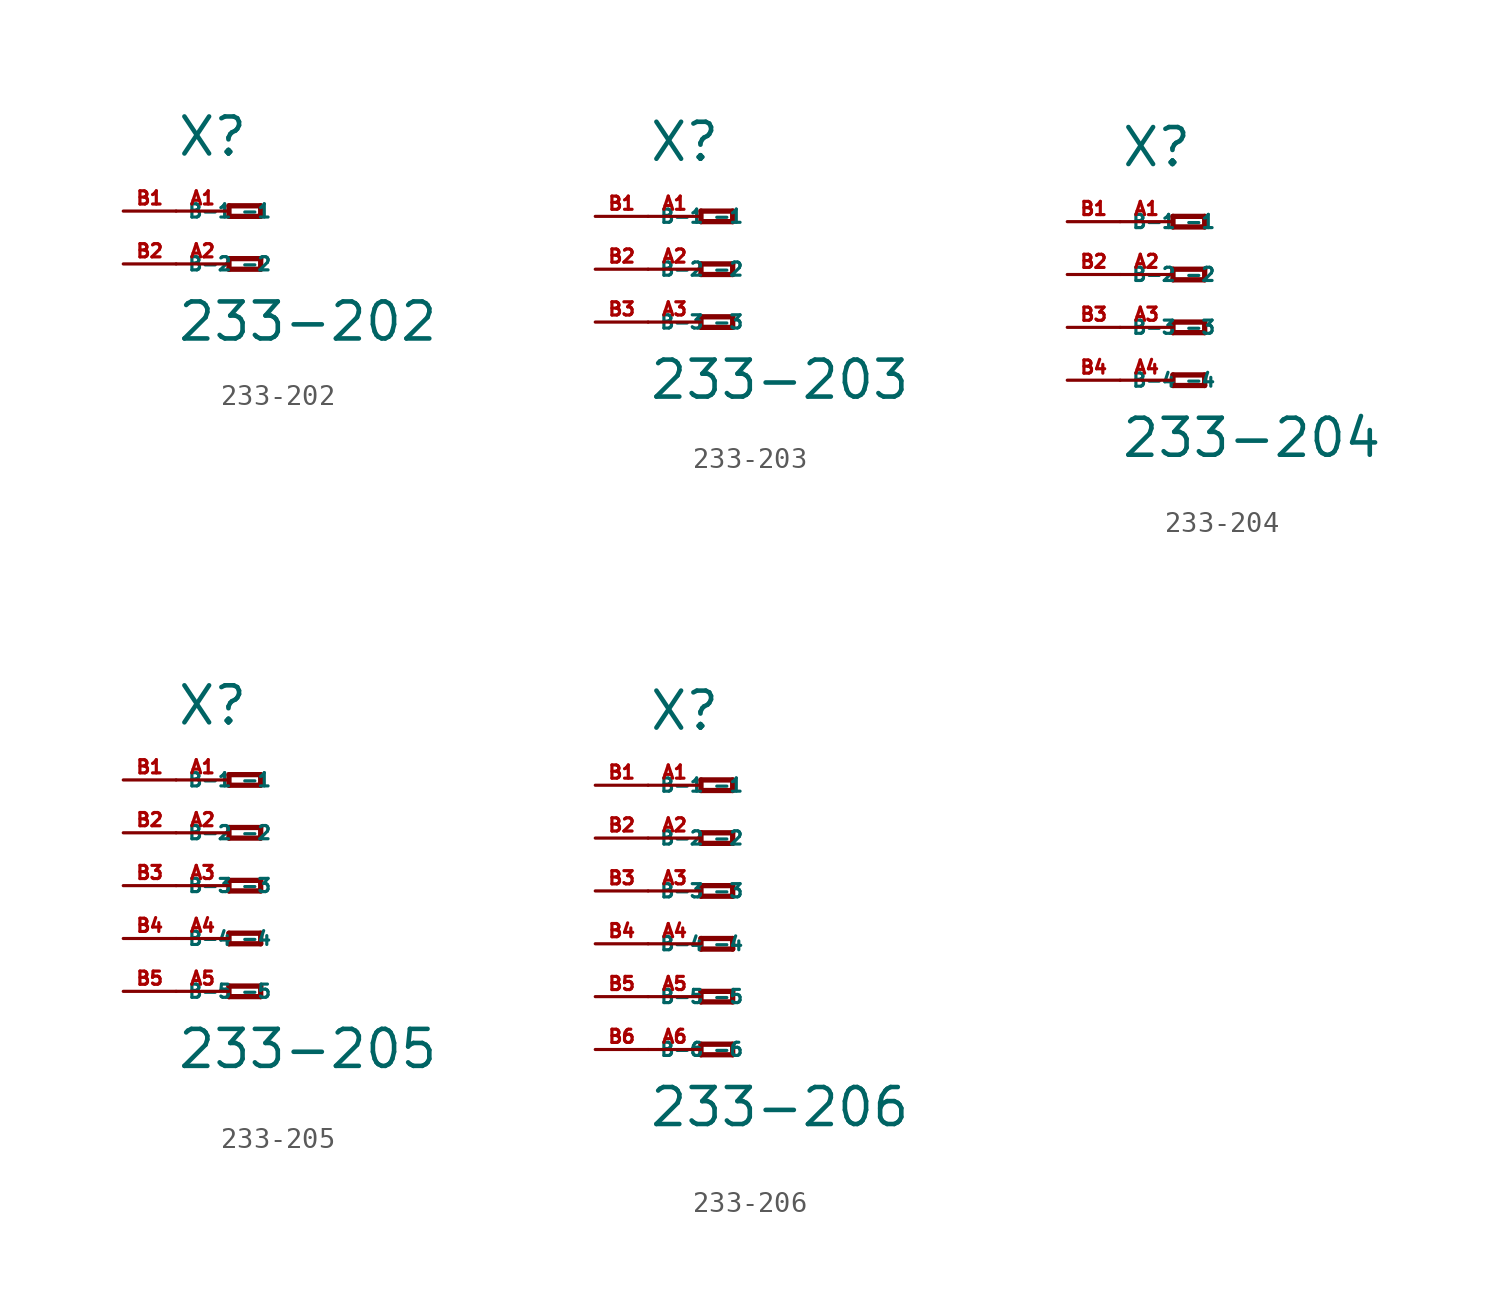
<source format=kicad_sym>
(kicad_symbol_lib
  (version 20220914)
  (generator Eagle2Kicad)
  (symbol "233-202"
    (property "Reference" "X"
      (at -5.08 2.54 0)
      (effects (font (size 1.778 1.778) (thickness 0.22)) (justify left bottom)))
    (property "Value" "233-202"
      (at -5.08 -6.35 0)
      (effects (font (size 1.778 1.778) (thickness 0.22)) (justify left bottom)))
    (polyline
      (pts (xy -2.54 0.254) (xy -2.54 -0.254))
      (stroke (width 0.254) (type default))
      (fill (type none)))
    (polyline
      (pts (xy -2.54 -0.254) (xy -1.016 -0.254))
      (stroke (width 0.254) (type default))
      (fill (type none)))
    (polyline
      (pts (xy -1.016 -0.254) (xy -1.016 0.254))
      (stroke (width 0.254) (type default))
      (fill (type none)))
    (polyline
      (pts (xy -1.016 0.254) (xy -2.54 0.254))
      (stroke (width 0.254) (type default))
      (fill (type none)))
    (polyline
      (pts (xy -2.54 -2.286) (xy -2.54 -2.794))
      (stroke (width 0.254) (type default))
      (fill (type none)))
    (polyline
      (pts (xy -2.54 -2.794) (xy -1.016 -2.794))
      (stroke (width 0.254) (type default))
      (fill (type none)))
    (polyline
      (pts (xy -1.016 -2.794) (xy -1.016 -2.286))
      (stroke (width 0.254) (type default))
      (fill (type none)))
    (polyline
      (pts (xy -1.016 -2.286) (xy -2.54 -2.286))
      (stroke (width 0.254) (type default))
      (fill (type none)))
    (pin passive line
      (at -5.08 0 0)
      (length 2.54)
      (name "-1" (effects (font (size 0.635 0.635) (thickness 0.08)) (justify left bottom)))
      (number "A1" (effects (font (size 0.635 0.635) (thickness 0.08)) (justify left bottom))))
    (pin passive line
      (at -5.08 -2.54 0)
      (length 2.54)
      (name "-2" (effects (font (size 0.635 0.635) (thickness 0.08)) (justify left bottom)))
      (number "A2" (effects (font (size 0.635 0.635) (thickness 0.08)) (justify left bottom))))
    (pin passive line
      (at -7.62 -2.54 0)
      (length 2.54)
      (name "B-2" (effects (font (size 0.635 0.635) (thickness 0.08)) (justify left bottom)))
      (number "B2" (effects (font (size 0.635 0.635) (thickness 0.08)) (justify left bottom))))
    (pin passive line
      (at -7.62 0 0)
      (length 2.54)
      (name "B-1" (effects (font (size 0.635 0.635) (thickness 0.08)) (justify left bottom)))
      (number "B1" (effects (font (size 0.635 0.635) (thickness 0.08)) (justify left bottom)))))
  (symbol "233-203"
    (property "Reference" "X"
      (at -5.08 5.08 0)
      (effects (font (size 1.778 1.778) (thickness 0.22)) (justify left bottom)))
    (property "Value" "233-203"
      (at -5.08 -6.35 0)
      (effects (font (size 1.778 1.778) (thickness 0.22)) (justify left bottom)))
    (polyline
      (pts (xy -2.54 2.794) (xy -2.54 2.286))
      (stroke (width 0.254) (type default))
      (fill (type none)))
    (polyline
      (pts (xy -2.54 2.286) (xy -1.016 2.286))
      (stroke (width 0.254) (type default))
      (fill (type none)))
    (polyline
      (pts (xy -1.016 2.286) (xy -1.016 2.794))
      (stroke (width 0.254) (type default))
      (fill (type none)))
    (polyline
      (pts (xy -1.016 2.794) (xy -2.54 2.794))
      (stroke (width 0.254) (type default))
      (fill (type none)))
    (polyline
      (pts (xy -2.54 0.254) (xy -2.54 -0.254))
      (stroke (width 0.254) (type default))
      (fill (type none)))
    (polyline
      (pts (xy -2.54 -0.254) (xy -1.016 -0.254))
      (stroke (width 0.254) (type default))
      (fill (type none)))
    (polyline
      (pts (xy -1.016 -0.254) (xy -1.016 0.254))
      (stroke (width 0.254) (type default))
      (fill (type none)))
    (polyline
      (pts (xy -1.016 0.254) (xy -2.54 0.254))
      (stroke (width 0.254) (type default))
      (fill (type none)))
    (polyline
      (pts (xy -2.54 -2.286) (xy -2.54 -2.794))
      (stroke (width 0.254) (type default))
      (fill (type none)))
    (polyline
      (pts (xy -2.54 -2.794) (xy -1.016 -2.794))
      (stroke (width 0.254) (type default))
      (fill (type none)))
    (polyline
      (pts (xy -1.016 -2.794) (xy -1.016 -2.286))
      (stroke (width 0.254) (type default))
      (fill (type none)))
    (polyline
      (pts (xy -1.016 -2.286) (xy -2.54 -2.286))
      (stroke (width 0.254) (type default))
      (fill (type none)))
    (pin passive line
      (at -5.08 2.54 0)
      (length 2.54)
      (name "-1" (effects (font (size 0.635 0.635) (thickness 0.08)) (justify left bottom)))
      (number "A1" (effects (font (size 0.635 0.635) (thickness 0.08)) (justify left bottom))))
    (pin passive line
      (at -5.08 0 0)
      (length 2.54)
      (name "-2" (effects (font (size 0.635 0.635) (thickness 0.08)) (justify left bottom)))
      (number "A2" (effects (font (size 0.635 0.635) (thickness 0.08)) (justify left bottom))))
    (pin passive line
      (at -5.08 -2.54 0)
      (length 2.54)
      (name "-3" (effects (font (size 0.635 0.635) (thickness 0.08)) (justify left bottom)))
      (number "A3" (effects (font (size 0.635 0.635) (thickness 0.08)) (justify left bottom))))
    (pin passive line
      (at -7.62 -2.54 0)
      (length 2.54)
      (name "B-3" (effects (font (size 0.635 0.635) (thickness 0.08)) (justify left bottom)))
      (number "B3" (effects (font (size 0.635 0.635) (thickness 0.08)) (justify left bottom))))
    (pin passive line
      (at -7.62 2.54 0)
      (length 2.54)
      (name "B-1" (effects (font (size 0.635 0.635) (thickness 0.08)) (justify left bottom)))
      (number "B1" (effects (font (size 0.635 0.635) (thickness 0.08)) (justify left bottom))))
    (pin passive line
      (at -7.62 0 0)
      (length 2.54)
      (name "B-2" (effects (font (size 0.635 0.635) (thickness 0.08)) (justify left bottom)))
      (number "B2" (effects (font (size 0.635 0.635) (thickness 0.08)) (justify left bottom)))))
  (symbol "233-204"
    (property "Reference" "X"
      (at -5.08 5.08 0)
      (effects (font (size 1.778 1.778) (thickness 0.22)) (justify left bottom)))
    (property "Value" "233-204"
      (at -5.08 -8.89 0)
      (effects (font (size 1.778 1.778) (thickness 0.22)) (justify left bottom)))
    (polyline
      (pts (xy -2.54 2.794) (xy -2.54 2.286))
      (stroke (width 0.254) (type default))
      (fill (type none)))
    (polyline
      (pts (xy -2.54 2.286) (xy -1.016 2.286))
      (stroke (width 0.254) (type default))
      (fill (type none)))
    (polyline
      (pts (xy -1.016 2.286) (xy -1.016 2.794))
      (stroke (width 0.254) (type default))
      (fill (type none)))
    (polyline
      (pts (xy -1.016 2.794) (xy -2.54 2.794))
      (stroke (width 0.254) (type default))
      (fill (type none)))
    (polyline
      (pts (xy -2.54 0.254) (xy -2.54 -0.254))
      (stroke (width 0.254) (type default))
      (fill (type none)))
    (polyline
      (pts (xy -2.54 -0.254) (xy -1.016 -0.254))
      (stroke (width 0.254) (type default))
      (fill (type none)))
    (polyline
      (pts (xy -1.016 -0.254) (xy -1.016 0.254))
      (stroke (width 0.254) (type default))
      (fill (type none)))
    (polyline
      (pts (xy -1.016 0.254) (xy -2.54 0.254))
      (stroke (width 0.254) (type default))
      (fill (type none)))
    (polyline
      (pts (xy -2.54 -2.286) (xy -2.54 -2.794))
      (stroke (width 0.254) (type default))
      (fill (type none)))
    (polyline
      (pts (xy -2.54 -2.794) (xy -1.016 -2.794))
      (stroke (width 0.254) (type default))
      (fill (type none)))
    (polyline
      (pts (xy -1.016 -2.794) (xy -1.016 -2.286))
      (stroke (width 0.254) (type default))
      (fill (type none)))
    (polyline
      (pts (xy -1.016 -2.286) (xy -2.54 -2.286))
      (stroke (width 0.254) (type default))
      (fill (type none)))
    (polyline
      (pts (xy -2.54 -4.826) (xy -2.54 -5.334))
      (stroke (width 0.254) (type default))
      (fill (type none)))
    (polyline
      (pts (xy -2.54 -5.334) (xy -1.016 -5.334))
      (stroke (width 0.254) (type default))
      (fill (type none)))
    (polyline
      (pts (xy -1.016 -5.334) (xy -1.016 -4.826))
      (stroke (width 0.254) (type default))
      (fill (type none)))
    (polyline
      (pts (xy -1.016 -4.826) (xy -2.54 -4.826))
      (stroke (width 0.254) (type default))
      (fill (type none)))
    (pin passive line
      (at -5.08 2.54 0)
      (length 2.54)
      (name "-1" (effects (font (size 0.635 0.635) (thickness 0.08)) (justify left bottom)))
      (number "A1" (effects (font (size 0.635 0.635) (thickness 0.08)) (justify left bottom))))
    (pin passive line
      (at -5.08 0 0)
      (length 2.54)
      (name "-2" (effects (font (size 0.635 0.635) (thickness 0.08)) (justify left bottom)))
      (number "A2" (effects (font (size 0.635 0.635) (thickness 0.08)) (justify left bottom))))
    (pin passive line
      (at -5.08 -2.54 0)
      (length 2.54)
      (name "-3" (effects (font (size 0.635 0.635) (thickness 0.08)) (justify left bottom)))
      (number "A3" (effects (font (size 0.635 0.635) (thickness 0.08)) (justify left bottom))))
    (pin passive line
      (at -5.08 -5.08 0)
      (length 2.54)
      (name "-4" (effects (font (size 0.635 0.635) (thickness 0.08)) (justify left bottom)))
      (number "A4" (effects (font (size 0.635 0.635) (thickness 0.08)) (justify left bottom))))
    (pin passive line
      (at -7.62 -5.08 0)
      (length 2.54)
      (name "B-4" (effects (font (size 0.635 0.635) (thickness 0.08)) (justify left bottom)))
      (number "B4" (effects (font (size 0.635 0.635) (thickness 0.08)) (justify left bottom))))
    (pin passive line
      (at -7.62 2.54 0)
      (length 2.54)
      (name "B-1" (effects (font (size 0.635 0.635) (thickness 0.08)) (justify left bottom)))
      (number "B1" (effects (font (size 0.635 0.635) (thickness 0.08)) (justify left bottom))))
    (pin passive line
      (at -7.62 0 0)
      (length 2.54)
      (name "B-2" (effects (font (size 0.635 0.635) (thickness 0.08)) (justify left bottom)))
      (number "B2" (effects (font (size 0.635 0.635) (thickness 0.08)) (justify left bottom))))
    (pin passive line
      (at -7.62 -2.54 0)
      (length 2.54)
      (name "B-3" (effects (font (size 0.635 0.635) (thickness 0.08)) (justify left bottom)))
      (number "B3" (effects (font (size 0.635 0.635) (thickness 0.08)) (justify left bottom)))))
  (symbol "233-205"
    (property "Reference" "X"
      (at -5.08 7.62 0)
      (effects (font (size 1.778 1.778) (thickness 0.22)) (justify left bottom)))
    (property "Value" "233-205"
      (at -5.08 -8.89 0)
      (effects (font (size 1.778 1.778) (thickness 0.22)) (justify left bottom)))
    (polyline
      (pts (xy -2.54 5.334) (xy -2.54 4.826))
      (stroke (width 0.254) (type default))
      (fill (type none)))
    (polyline
      (pts (xy -2.54 4.826) (xy -1.016 4.826))
      (stroke (width 0.254) (type default))
      (fill (type none)))
    (polyline
      (pts (xy -1.016 4.826) (xy -1.016 5.334))
      (stroke (width 0.254) (type default))
      (fill (type none)))
    (polyline
      (pts (xy -1.016 5.334) (xy -2.54 5.334))
      (stroke (width 0.254) (type default))
      (fill (type none)))
    (polyline
      (pts (xy -2.54 2.794) (xy -2.54 2.286))
      (stroke (width 0.254) (type default))
      (fill (type none)))
    (polyline
      (pts (xy -2.54 2.286) (xy -1.016 2.286))
      (stroke (width 0.254) (type default))
      (fill (type none)))
    (polyline
      (pts (xy -1.016 2.286) (xy -1.016 2.794))
      (stroke (width 0.254) (type default))
      (fill (type none)))
    (polyline
      (pts (xy -1.016 2.794) (xy -2.54 2.794))
      (stroke (width 0.254) (type default))
      (fill (type none)))
    (polyline
      (pts (xy -2.54 0.254) (xy -2.54 -0.254))
      (stroke (width 0.254) (type default))
      (fill (type none)))
    (polyline
      (pts (xy -2.54 -0.254) (xy -1.016 -0.254))
      (stroke (width 0.254) (type default))
      (fill (type none)))
    (polyline
      (pts (xy -1.016 -0.254) (xy -1.016 0.254))
      (stroke (width 0.254) (type default))
      (fill (type none)))
    (polyline
      (pts (xy -1.016 0.254) (xy -2.54 0.254))
      (stroke (width 0.254) (type default))
      (fill (type none)))
    (polyline
      (pts (xy -2.54 -2.286) (xy -2.54 -2.794))
      (stroke (width 0.254) (type default))
      (fill (type none)))
    (polyline
      (pts (xy -2.54 -2.794) (xy -1.016 -2.794))
      (stroke (width 0.254) (type default))
      (fill (type none)))
    (polyline
      (pts (xy -1.016 -2.794) (xy -1.016 -2.286))
      (stroke (width 0.254) (type default))
      (fill (type none)))
    (polyline
      (pts (xy -1.016 -2.286) (xy -2.54 -2.286))
      (stroke (width 0.254) (type default))
      (fill (type none)))
    (polyline
      (pts (xy -2.54 -4.826) (xy -2.54 -5.334))
      (stroke (width 0.254) (type default))
      (fill (type none)))
    (polyline
      (pts (xy -2.54 -5.334) (xy -1.016 -5.334))
      (stroke (width 0.254) (type default))
      (fill (type none)))
    (polyline
      (pts (xy -1.016 -5.334) (xy -1.016 -4.826))
      (stroke (width 0.254) (type default))
      (fill (type none)))
    (polyline
      (pts (xy -1.016 -4.826) (xy -2.54 -4.826))
      (stroke (width 0.254) (type default))
      (fill (type none)))
    (pin passive line
      (at -5.08 5.08 0)
      (length 2.54)
      (name "-1" (effects (font (size 0.635 0.635) (thickness 0.08)) (justify left bottom)))
      (number "A1" (effects (font (size 0.635 0.635) (thickness 0.08)) (justify left bottom))))
    (pin passive line
      (at -5.08 2.54 0)
      (length 2.54)
      (name "-2" (effects (font (size 0.635 0.635) (thickness 0.08)) (justify left bottom)))
      (number "A2" (effects (font (size 0.635 0.635) (thickness 0.08)) (justify left bottom))))
    (pin passive line
      (at -5.08 0 0)
      (length 2.54)
      (name "-3" (effects (font (size 0.635 0.635) (thickness 0.08)) (justify left bottom)))
      (number "A3" (effects (font (size 0.635 0.635) (thickness 0.08)) (justify left bottom))))
    (pin passive line
      (at -5.08 -2.54 0)
      (length 2.54)
      (name "-4" (effects (font (size 0.635 0.635) (thickness 0.08)) (justify left bottom)))
      (number "A4" (effects (font (size 0.635 0.635) (thickness 0.08)) (justify left bottom))))
    (pin passive line
      (at -5.08 -5.08 0)
      (length 2.54)
      (name "-5" (effects (font (size 0.635 0.635) (thickness 0.08)) (justify left bottom)))
      (number "A5" (effects (font (size 0.635 0.635) (thickness 0.08)) (justify left bottom))))
    (pin passive line
      (at -7.62 -5.08 0)
      (length 2.54)
      (name "B-5" (effects (font (size 0.635 0.635) (thickness 0.08)) (justify left bottom)))
      (number "B5" (effects (font (size 0.635 0.635) (thickness 0.08)) (justify left bottom))))
    (pin passive line
      (at -7.62 5.08 0)
      (length 2.54)
      (name "B-1" (effects (font (size 0.635 0.635) (thickness 0.08)) (justify left bottom)))
      (number "B1" (effects (font (size 0.635 0.635) (thickness 0.08)) (justify left bottom))))
    (pin passive line
      (at -7.62 2.54 0)
      (length 2.54)
      (name "B-2" (effects (font (size 0.635 0.635) (thickness 0.08)) (justify left bottom)))
      (number "B2" (effects (font (size 0.635 0.635) (thickness 0.08)) (justify left bottom))))
    (pin passive line
      (at -7.62 0 0)
      (length 2.54)
      (name "B-3" (effects (font (size 0.635 0.635) (thickness 0.08)) (justify left bottom)))
      (number "B3" (effects (font (size 0.635 0.635) (thickness 0.08)) (justify left bottom))))
    (pin passive line
      (at -7.62 -2.54 0)
      (length 2.54)
      (name "B-4" (effects (font (size 0.635 0.635) (thickness 0.08)) (justify left bottom)))
      (number "B4" (effects (font (size 0.635 0.635) (thickness 0.08)) (justify left bottom)))))
  (symbol "233-206"
    (property "Reference" "X"
      (at -5.08 7.62 0)
      (effects (font (size 1.778 1.778) (thickness 0.22)) (justify left bottom)))
    (property "Value" "233-206"
      (at -5.08 -11.43 0)
      (effects (font (size 1.778 1.778) (thickness 0.22)) (justify left bottom)))
    (polyline
      (pts (xy -2.54 5.334) (xy -2.54 4.826))
      (stroke (width 0.254) (type default))
      (fill (type none)))
    (polyline
      (pts (xy -2.54 4.826) (xy -1.016 4.826))
      (stroke (width 0.254) (type default))
      (fill (type none)))
    (polyline
      (pts (xy -1.016 4.826) (xy -1.016 5.334))
      (stroke (width 0.254) (type default))
      (fill (type none)))
    (polyline
      (pts (xy -1.016 5.334) (xy -2.54 5.334))
      (stroke (width 0.254) (type default))
      (fill (type none)))
    (polyline
      (pts (xy -2.54 2.794) (xy -2.54 2.286))
      (stroke (width 0.254) (type default))
      (fill (type none)))
    (polyline
      (pts (xy -2.54 2.286) (xy -1.016 2.286))
      (stroke (width 0.254) (type default))
      (fill (type none)))
    (polyline
      (pts (xy -1.016 2.286) (xy -1.016 2.794))
      (stroke (width 0.254) (type default))
      (fill (type none)))
    (polyline
      (pts (xy -1.016 2.794) (xy -2.54 2.794))
      (stroke (width 0.254) (type default))
      (fill (type none)))
    (polyline
      (pts (xy -2.54 0.254) (xy -2.54 -0.254))
      (stroke (width 0.254) (type default))
      (fill (type none)))
    (polyline
      (pts (xy -2.54 -0.254) (xy -1.016 -0.254))
      (stroke (width 0.254) (type default))
      (fill (type none)))
    (polyline
      (pts (xy -1.016 -0.254) (xy -1.016 0.254))
      (stroke (width 0.254) (type default))
      (fill (type none)))
    (polyline
      (pts (xy -1.016 0.254) (xy -2.54 0.254))
      (stroke (width 0.254) (type default))
      (fill (type none)))
    (polyline
      (pts (xy -2.54 -2.286) (xy -2.54 -2.794))
      (stroke (width 0.254) (type default))
      (fill (type none)))
    (polyline
      (pts (xy -2.54 -2.794) (xy -1.016 -2.794))
      (stroke (width 0.254) (type default))
      (fill (type none)))
    (polyline
      (pts (xy -1.016 -2.794) (xy -1.016 -2.286))
      (stroke (width 0.254) (type default))
      (fill (type none)))
    (polyline
      (pts (xy -1.016 -2.286) (xy -2.54 -2.286))
      (stroke (width 0.254) (type default))
      (fill (type none)))
    (polyline
      (pts (xy -2.54 -4.826) (xy -2.54 -5.334))
      (stroke (width 0.254) (type default))
      (fill (type none)))
    (polyline
      (pts (xy -2.54 -5.334) (xy -1.016 -5.334))
      (stroke (width 0.254) (type default))
      (fill (type none)))
    (polyline
      (pts (xy -1.016 -5.334) (xy -1.016 -4.826))
      (stroke (width 0.254) (type default))
      (fill (type none)))
    (polyline
      (pts (xy -1.016 -4.826) (xy -2.54 -4.826))
      (stroke (width 0.254) (type default))
      (fill (type none)))
    (polyline
      (pts (xy -2.54 -7.366) (xy -2.54 -7.874))
      (stroke (width 0.254) (type default))
      (fill (type none)))
    (polyline
      (pts (xy -2.54 -7.874) (xy -1.016 -7.874))
      (stroke (width 0.254) (type default))
      (fill (type none)))
    (polyline
      (pts (xy -1.016 -7.874) (xy -1.016 -7.366))
      (stroke (width 0.254) (type default))
      (fill (type none)))
    (polyline
      (pts (xy -1.016 -7.366) (xy -2.54 -7.366))
      (stroke (width 0.254) (type default))
      (fill (type none)))
    (pin passive line
      (at -5.08 5.08 0)
      (length 2.54)
      (name "-1" (effects (font (size 0.635 0.635) (thickness 0.08)) (justify left bottom)))
      (number "A1" (effects (font (size 0.635 0.635) (thickness 0.08)) (justify left bottom))))
    (pin passive line
      (at -5.08 2.54 0)
      (length 2.54)
      (name "-2" (effects (font (size 0.635 0.635) (thickness 0.08)) (justify left bottom)))
      (number "A2" (effects (font (size 0.635 0.635) (thickness 0.08)) (justify left bottom))))
    (pin passive line
      (at -5.08 0 0)
      (length 2.54)
      (name "-3" (effects (font (size 0.635 0.635) (thickness 0.08)) (justify left bottom)))
      (number "A3" (effects (font (size 0.635 0.635) (thickness 0.08)) (justify left bottom))))
    (pin passive line
      (at -5.08 -2.54 0)
      (length 2.54)
      (name "-4" (effects (font (size 0.635 0.635) (thickness 0.08)) (justify left bottom)))
      (number "A4" (effects (font (size 0.635 0.635) (thickness 0.08)) (justify left bottom))))
    (pin passive line
      (at -5.08 -5.08 0)
      (length 2.54)
      (name "-5" (effects (font (size 0.635 0.635) (thickness 0.08)) (justify left bottom)))
      (number "A5" (effects (font (size 0.635 0.635) (thickness 0.08)) (justify left bottom))))
    (pin passive line
      (at -5.08 -7.62 0)
      (length 2.54)
      (name "-6" (effects (font (size 0.635 0.635) (thickness 0.08)) (justify left bottom)))
      (number "A6" (effects (font (size 0.635 0.635) (thickness 0.08)) (justify left bottom))))
    (pin passive line
      (at -7.62 -7.62 0)
      (length 2.54)
      (name "B-6" (effects (font (size 0.635 0.635) (thickness 0.08)) (justify left bottom)))
      (number "B6" (effects (font (size 0.635 0.635) (thickness 0.08)) (justify left bottom))))
    (pin passive line
      (at -7.62 5.08 0)
      (length 2.54)
      (name "B-1" (effects (font (size 0.635 0.635) (thickness 0.08)) (justify left bottom)))
      (number "B1" (effects (font (size 0.635 0.635) (thickness 0.08)) (justify left bottom))))
    (pin passive line
      (at -7.62 2.54 0)
      (length 2.54)
      (name "B-2" (effects (font (size 0.635 0.635) (thickness 0.08)) (justify left bottom)))
      (number "B2" (effects (font (size 0.635 0.635) (thickness 0.08)) (justify left bottom))))
    (pin passive line
      (at -7.62 0 0)
      (length 2.54)
      (name "B-3" (effects (font (size 0.635 0.635) (thickness 0.08)) (justify left bottom)))
      (number "B3" (effects (font (size 0.635 0.635) (thickness 0.08)) (justify left bottom))))
    (pin passive line
      (at -7.62 -2.54 0)
      (length 2.54)
      (name "B-4" (effects (font (size 0.635 0.635) (thickness 0.08)) (justify left bottom)))
      (number "B4" (effects (font (size 0.635 0.635) (thickness 0.08)) (justify left bottom))))
    (pin passive line
      (at -7.62 -5.08 0)
      (length 2.54)
      (name "B-5" (effects (font (size 0.635 0.635) (thickness 0.08)) (justify left bottom)))
      (number "B5" (effects (font (size 0.635 0.635) (thickness 0.08)) (justify left bottom))))))
</source>
